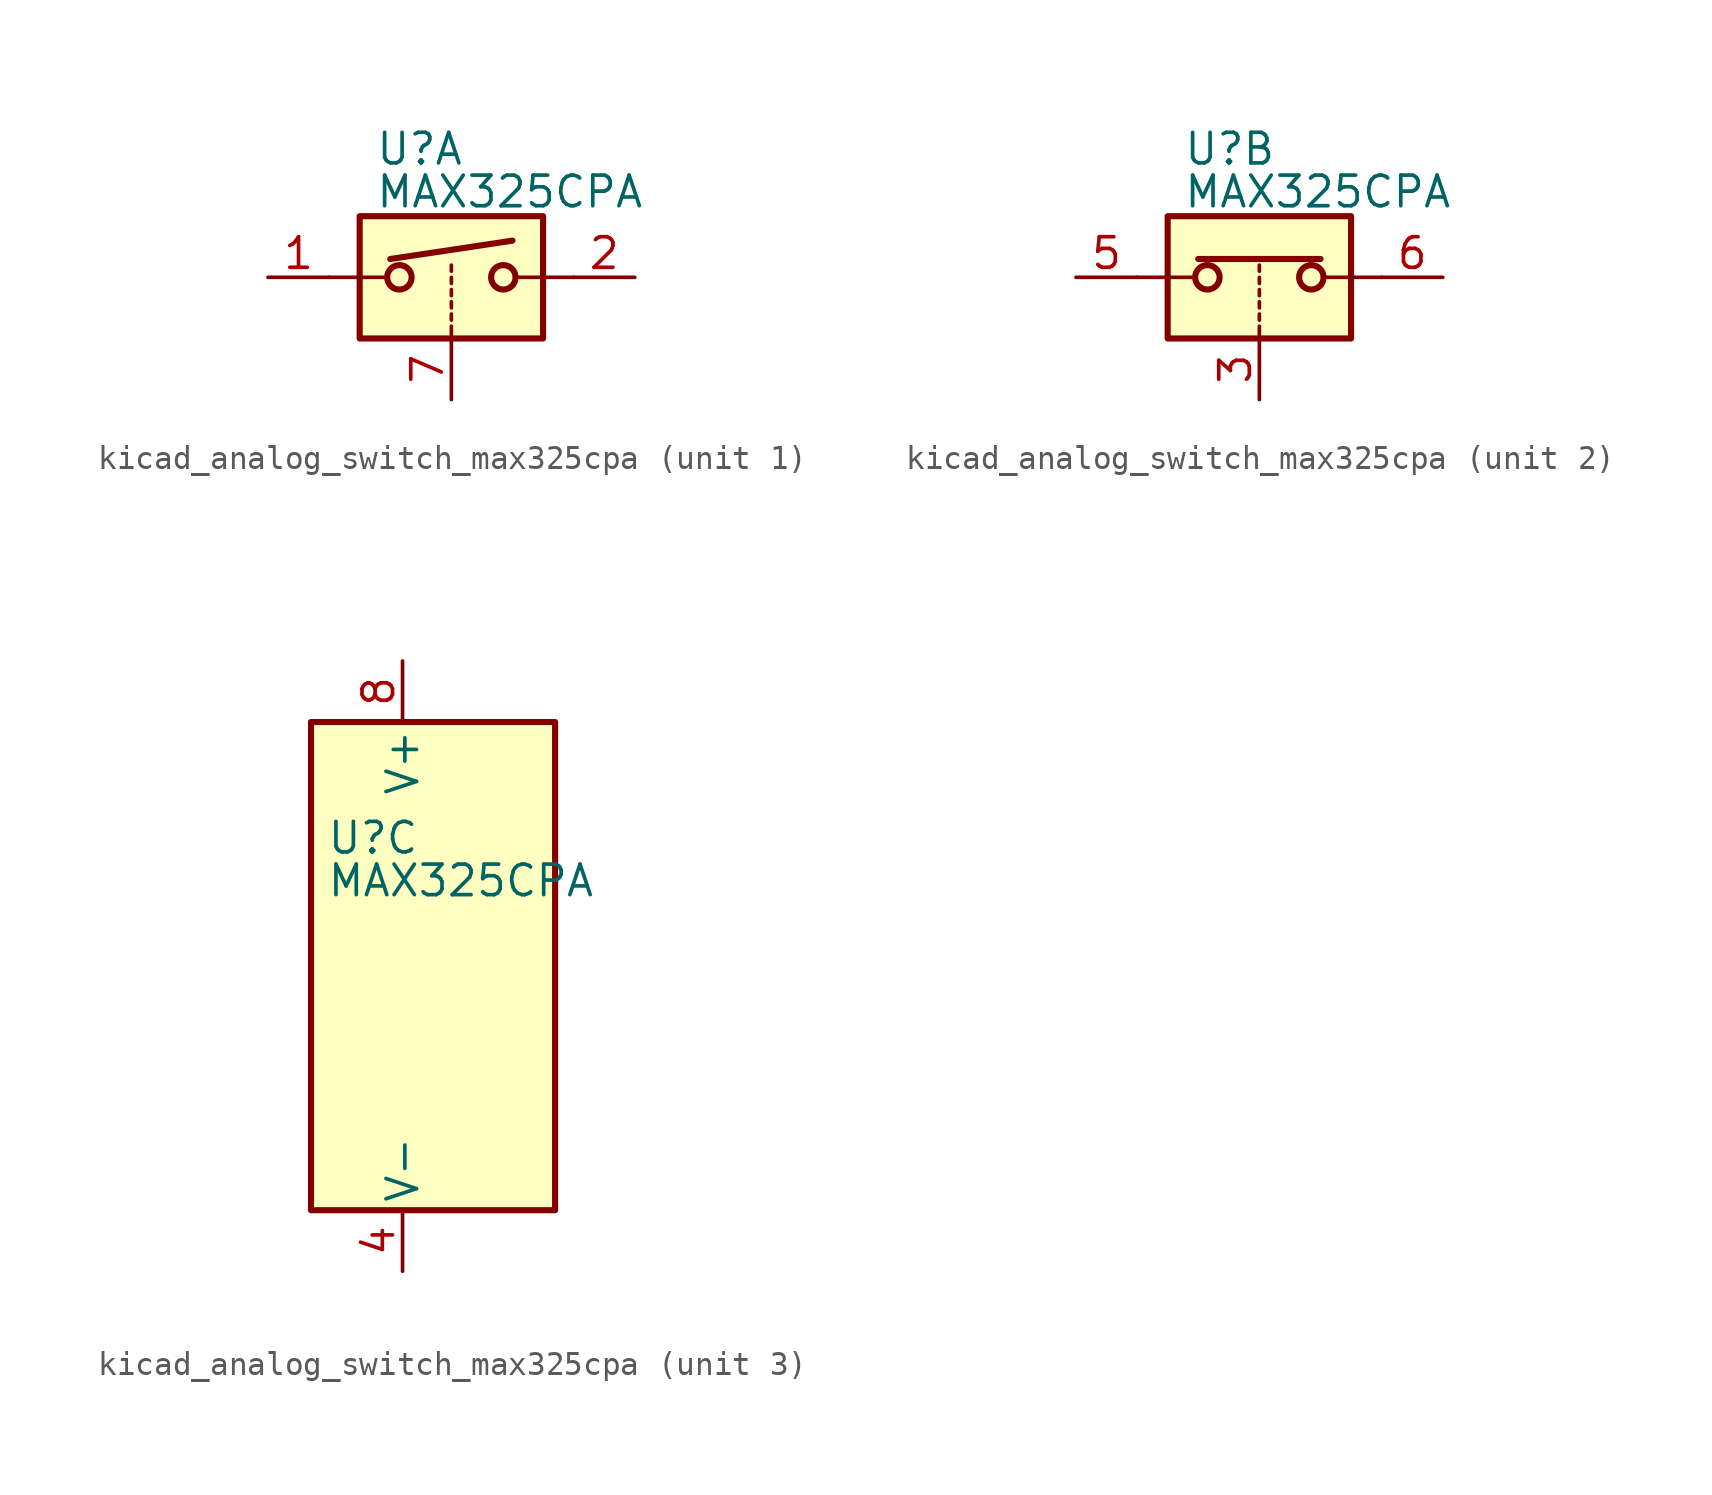
<source format=kicad_sym>
(kicad_symbol_lib
  (version 20220914)
  (generator kicad_symbol_editor)
  (symbol "kicad_analog_switch_max325cpa"
    (pin_names
      (offset 0.254))
    (property "Reference" "U"
      (at -3.175 5.334 0)
      (effects (font (size 1.27 1.27)) (justify left)))
    (property "Value" "MAX325CPA"
      (at -3.175 3.556 0)
      (effects (font (size 1.27 1.27)) (justify left)))
    (symbol "kicad_analog_switch_max325cpa_1_1"
      (rectangle (start -3.81 2.54) (end 3.81 -2.54) (stroke (width 0.254) (type default)) (fill (type background)))
      (circle (center -2.159 0) (radius 0.508) (stroke (width 0.254) (type default)) (fill (type none)))
      (polyline (pts (xy -5.08 0) (xy -2.794 0)) (stroke (width 0) (type default)) (fill (type none)))
      (polyline (pts (xy -2.54 0.762) (xy 2.54 1.524)) (stroke (width 0.254) (type default)) (fill (type none)))
      (polyline (pts (xy 0 -2.54) (xy 0 -2.032)) (stroke (width 0) (type default)) (fill (type none)))
      (polyline (pts (xy 0 -1.778) (xy 0 -1.524)) (stroke (width 0) (type default)) (fill (type none)))
      (polyline (pts (xy 0 -1.27) (xy 0 -1.016)) (stroke (width 0) (type default)) (fill (type none)))
      (polyline (pts (xy 0 -0.762) (xy 0 -0.508)) (stroke (width 0) (type default)) (fill (type none)))
      (polyline (pts (xy 0 -0.254) (xy 0 0)) (stroke (width 0) (type default)) (fill (type none)))
      (polyline (pts (xy 0 0.254) (xy 0 0.508)) (stroke (width 0) (type default)) (fill (type none)))
      (polyline (pts (xy 5.08 0) (xy 2.794 0)) (stroke (width 0) (type default)) (fill (type none)))
      (circle (center 2.159 0) (radius 0.508) (stroke (width 0.254) (type default)) (fill (type none)))
      (pin passive line (at -7.62 0 0) (length 2.54) (name "~" (effects (font (size 1.27 1.27)))) (number "1" (effects (font (size 1.27 1.27)))))
      (pin passive line (at 7.62 0 180) (length 2.54) (name "~" (effects (font (size 1.27 1.27)))) (number "2" (effects (font (size 1.27 1.27)))))
      (pin input line (at 0 -5.08 90) (length 2.54) (name "~" (effects (font (size 1.27 1.27)))) (number "7" (effects (font (size 1.27 1.27))))))
    (symbol "kicad_analog_switch_max325cpa_2_1"
      (rectangle (start -3.81 2.54) (end 3.81 -2.54) (stroke (width 0.254) (type default)) (fill (type background)))
      (circle (center -2.159 0) (radius 0.508) (stroke (width 0.254) (type default)) (fill (type none)))
      (polyline (pts (xy -5.08 0) (xy -2.794 0)) (stroke (width 0) (type default)) (fill (type none)))
      (polyline (pts (xy -2.54 0.762) (xy 2.54 0.762)) (stroke (width 0.254) (type default)) (fill (type none)))
      (polyline (pts (xy 0 -2.54) (xy 0 -2.032)) (stroke (width 0) (type default)) (fill (type none)))
      (polyline (pts (xy 0 -1.778) (xy 0 -1.524)) (stroke (width 0) (type default)) (fill (type none)))
      (polyline (pts (xy 0 -1.27) (xy 0 -1.016)) (stroke (width 0) (type default)) (fill (type none)))
      (polyline (pts (xy 0 -0.762) (xy 0 -0.508)) (stroke (width 0) (type default)) (fill (type none)))
      (polyline (pts (xy 0 -0.254) (xy 0 0)) (stroke (width 0) (type default)) (fill (type none)))
      (polyline (pts (xy 0 0.254) (xy 0 0.508)) (stroke (width 0) (type default)) (fill (type none)))
      (polyline (pts (xy 5.08 0) (xy 2.794 0)) (stroke (width 0) (type default)) (fill (type none)))
      (circle (center 2.159 0) (radius 0.508) (stroke (width 0.254) (type default)) (fill (type none)))
      (pin input line (at 0 -5.08 90) (length 2.54) (name "~" (effects (font (size 1.27 1.27)))) (number "3" (effects (font (size 1.27 1.27)))))
      (pin passive line (at -7.62 0 0) (length 2.54) (name "~" (effects (font (size 1.27 1.27)))) (number "5" (effects (font (size 1.27 1.27)))))
      (pin passive line (at 7.62 0 180) (length 2.54) (name "~" (effects (font (size 1.27 1.27)))) (number "6" (effects (font (size 1.27 1.27))))))
    (symbol "kicad_analog_switch_max325cpa_3_0"
      (pin power_in line (at 0 -12.7 90) (length 2.54) (name "V-" (effects (font (size 1.27 1.27)))) (number "4" (effects (font (size 1.27 1.27)))))
      (pin power_in line (at 0 12.7 270) (length 2.54) (name "V+" (effects (font (size 1.27 1.27)))) (number "8" (effects (font (size 1.27 1.27))))))
    (symbol "kicad_analog_switch_max325cpa_3_1"
      (rectangle (start -3.81 10.16) (end 6.35 -10.16) (stroke (width 0.254) (type default)) (fill (type background))))))
</source>
